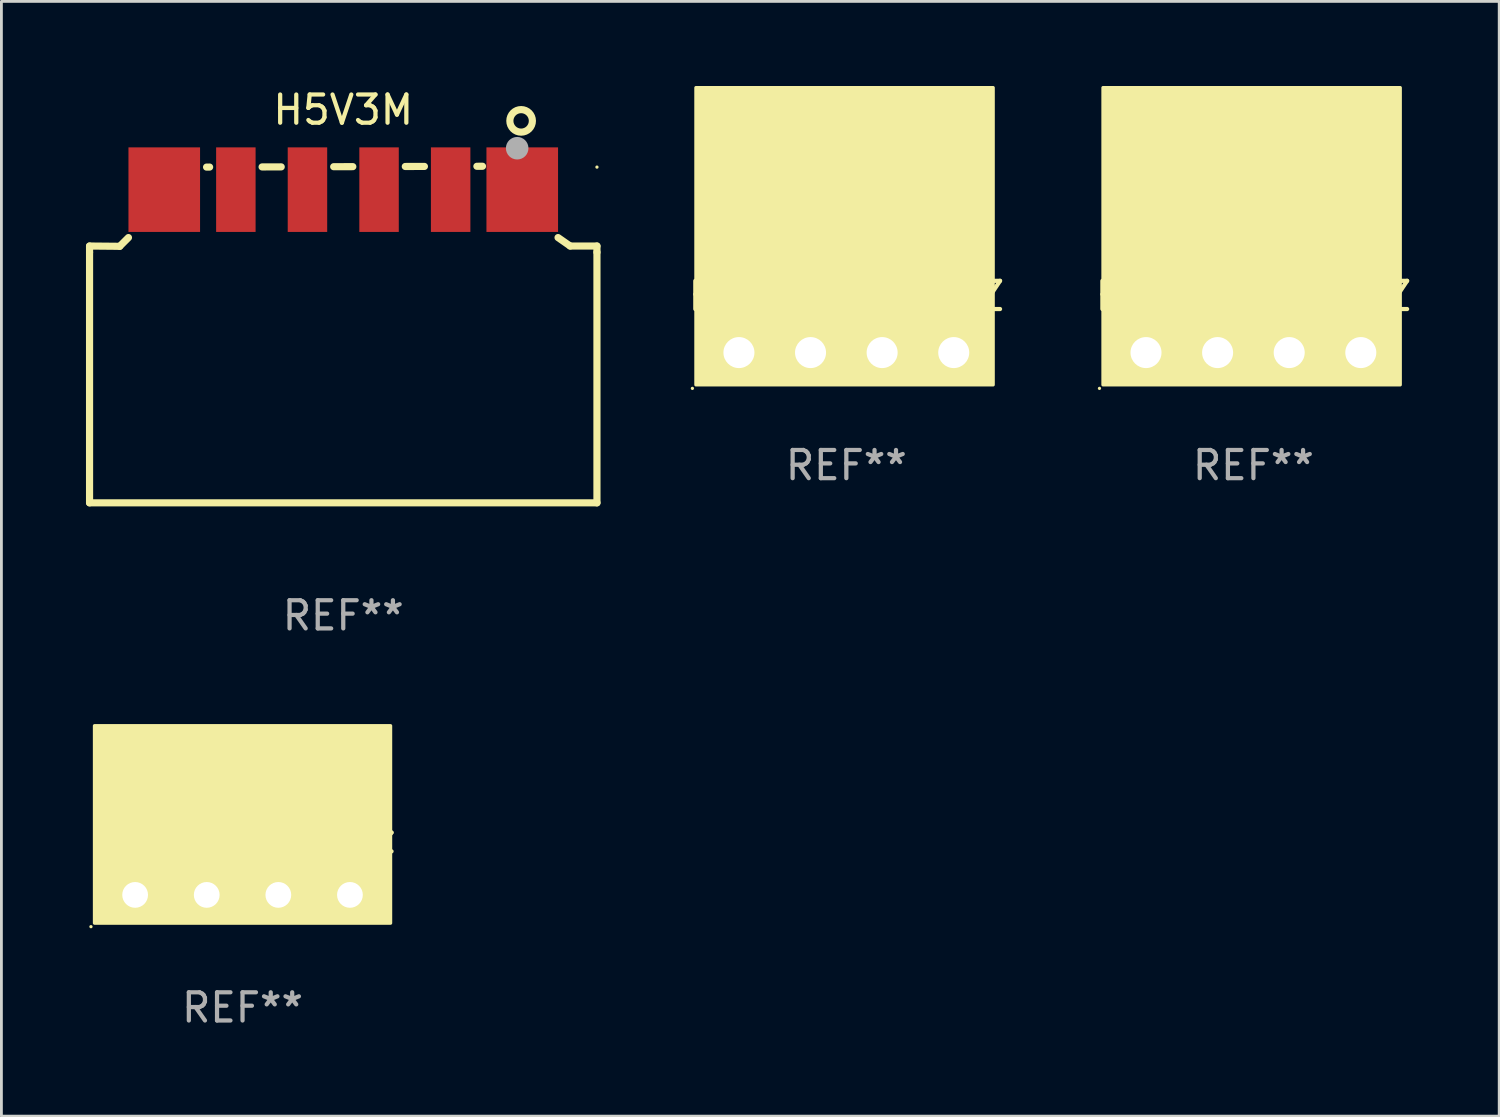
<source format=kicad_pcb>
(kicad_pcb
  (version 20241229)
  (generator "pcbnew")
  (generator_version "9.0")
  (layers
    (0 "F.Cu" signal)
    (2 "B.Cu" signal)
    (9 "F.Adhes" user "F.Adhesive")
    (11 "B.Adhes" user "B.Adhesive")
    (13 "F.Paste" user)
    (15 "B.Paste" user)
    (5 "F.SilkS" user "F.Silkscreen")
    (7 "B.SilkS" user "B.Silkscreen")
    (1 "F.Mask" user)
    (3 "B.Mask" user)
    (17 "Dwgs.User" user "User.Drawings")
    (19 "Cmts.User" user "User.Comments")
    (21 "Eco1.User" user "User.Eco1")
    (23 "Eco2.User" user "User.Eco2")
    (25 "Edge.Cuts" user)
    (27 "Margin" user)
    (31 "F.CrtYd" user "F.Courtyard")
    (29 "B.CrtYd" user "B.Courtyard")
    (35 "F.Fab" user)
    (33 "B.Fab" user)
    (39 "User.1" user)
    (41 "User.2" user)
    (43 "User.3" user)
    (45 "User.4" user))
  (footprint "H34S-315Mhz"
    (layer "F.Cu")
    (at 5.554 28.697)
    (property "Reference" "H34S-315Mhz" (at 0 -2 0) (layer "F.SilkS") (effects (font (size 1 1) (thickness 0.15))))
    (attr through_hole)
    (fp_circle (center -5.377 1.127) (end -5.347 1.127) (stroke (width 0.06) (type solid)) (fill no) (layer "F.SilkS"))
    (fp_poly (pts (xy -5.25 -6) (xy 5.25 -6) (xy 5.25 1) (xy -5.25 1)) (stroke (width 0.12) (type solid)) (fill yes) (layer "F.SilkS"))
    (fp_text user "REF**" (at 0 4 0) (layer "F.Fab") (effects (font (size 1 1) (thickness 0.15))))
    (pad "1" thru_hole circle (at -3.81 0) (size 1.524 1.524) (drill 0.914) (layers "*.Cu" "*.Mask"))
    (pad "2" thru_hole circle (at -1.27 0) (size 1.524 1.524) (drill 0.914) (layers "*.Cu" "*.Mask"))
    (pad "3" thru_hole circle (at 1.27 0) (size 1.524 1.524) (drill 0.914) (layers "*.Cu" "*.Mask"))
    (pad "4" thru_hole circle (at 3.81 0) (size 1.524 1.524) (drill 0.914) (layers "*.Cu" "*.Mask")))
  (footprint "H34C-315MHZ"
    (layer "F.Cu")
    (at 26.974 9.458)
    (property "Reference" "H34C-315MHZ" (at 0 -2 0) (layer "F.SilkS") (effects (font (size 1 1) (thickness 0.15))))
    (attr through_hole)
    (fp_circle (center -5.461 1.27) (end -5.431 1.27) (stroke (width 0.06) (type solid)) (fill no) (layer "F.SilkS"))
    (fp_poly (pts (xy -5.334 -9.398) (xy 5.207 -9.398) (xy 5.207 1.143) (xy -5.334 1.143)) (stroke (width 0.12) (type solid)) (fill yes) (layer "F.SilkS"))
    (fp_text user "REF**" (at 0 4 0) (layer "F.Fab") (effects (font (size 1 1) (thickness 0.15))))
    (pad "1" thru_hole rect (at -3.81 0) (size 2 2) (drill 1.1) (layers "*.Cu" "*.Mask"))
    (pad "2" thru_hole circle (at -1.27 0) (size 2 2) (drill 1.1) (layers "*.Cu" "*.Mask"))
    (pad "3" thru_hole circle (at 1.27 0) (size 2 2) (drill 1.1) (layers "*.Cu" "*.Mask"))
    (pad "4" thru_hole circle (at 3.81 0) (size 2 2) (drill 1.1) (layers "*.Cu" "*.Mask")))
  (footprint "H34C-433MHZ"
    (layer "F.Cu")
    (at 41.415 9.458)
    (property "Reference" "H34C-433MHZ" (at 0 -2 0) (layer "F.SilkS") (effects (font (size 1 1) (thickness 0.15))))
    (attr through_hole)
    (fp_circle (center -5.461 1.27) (end -5.431 1.27) (stroke (width 0.06) (type solid)) (fill no) (layer "F.SilkS"))
    (fp_poly (pts (xy -5.334 -9.398) (xy 5.207 -9.398) (xy 5.207 1.143) (xy -5.334 1.143)) (stroke (width 0.12) (type solid)) (fill yes) (layer "F.SilkS"))
    (fp_text user "REF**" (at 0 4 0) (layer "F.Fab") (effects (font (size 1 1) (thickness 0.15))))
    (pad "1" thru_hole rect (at -3.81 0) (size 2 2) (drill 1.1) (layers "*.Cu" "*.Mask"))
    (pad "2" thru_hole circle (at -1.27 0) (size 2 2) (drill 1.1) (layers "*.Cu" "*.Mask"))
    (pad "3" thru_hole circle (at 1.27 0) (size 2 2) (drill 1.1) (layers "*.Cu" "*.Mask"))
    (pad "4" thru_hole circle (at 3.81 0) (size 2 2) (drill 1.1) (layers "*.Cu" "*.Mask")))
  (footprint "H5V3M"
    (layer "F.Cu")
    (at 9.127 8.818)
    (property "Reference" "H5V3M" (at 0 -7.97 0) (layer "F.SilkS") (effects (font (size 1 1) (thickness 0.15))))
    (attr through_hole)
    (fp_line (start -9 -2.92) (end -9 -3.14) (stroke (width 0.254) (type solid)) (layer "F.SilkS"))
    (fp_line (start -9 5.97) (end -9 -2.92) (stroke (width 0.254) (type solid)) (layer "F.SilkS"))
    (fp_line (start -9 -3.14) (end -7.93 -3.13) (stroke (width 0.254) (type solid)) (layer "F.SilkS"))
    (fp_line (start -7.93 -3.13) (end -7.62 -3.44) (stroke (width 0.254) (type solid)) (layer "F.SilkS"))
    (fp_line (start -4.849 -5.94) (end -4.741 -5.941) (stroke (width 0.254) (type solid)) (layer "F.SilkS"))
    (fp_line (start -2.879 -5.946) (end -2.201 -5.948) (stroke (width 0.254) (type solid)) (layer "F.SilkS"))
    (fp_line (start -0.339 -5.954) (end 0.339 -5.956) (stroke (width 0.254) (type solid)) (layer "F.SilkS"))
    (fp_line (start 2.201 -5.962) (end 2.879 -5.964) (stroke (width 0.254) (type solid)) (layer "F.SilkS"))
    (fp_line (start 4.741 -5.969) (end 4.94 -5.97) (stroke (width 0.254) (type solid)) (layer "F.SilkS"))
    (fp_line (start 8.05 -3.14) (end 7.62 -3.44) (stroke (width 0.254) (type solid)) (layer "F.SilkS"))
    (fp_line (start 9 -3.14) (end 8.05 -3.14) (stroke (width 0.254) (type solid)) (layer "F.SilkS"))
    (fp_line (start 9 -2.92) (end 9 -3.14) (stroke (width 0.254) (type solid)) (layer "F.SilkS"))
    (fp_line (start 9 -2.92) (end 9 5.97) (stroke (width 0.254) (type solid)) (layer "F.SilkS"))
    (fp_line (start 9 5.97) (end -9 5.97) (stroke (width 0.254) (type solid)) (layer "F.SilkS"))
    (fp_circle (center 6.31 -7.58) (end 6.71 -7.58) (stroke (width 0.254) (type solid)) (fill no) (layer "F.SilkS"))
    (fp_circle (center 9 -5.94) (end 9.03 -5.94) (stroke (width 0.06) (type solid)) (fill no) (layer "F.SilkS"))
    (fp_circle (center 6.17 -6.61) (end 6.37 -6.61) (stroke (width 0.4) (type solid)) (fill no) (layer "F.Fab"))
    (fp_text user "H5V3M" (at 5.08 0.89 0) (layer "B.Mask") (effects (font (size 1 1) (thickness 0.15))))
    (fp_text user "REF**" (at 0 9.97 0) (layer "F.Fab") (effects (font (size 1 1) (thickness 0.15))))
    (pad "1" smd rect (at 6.35 -5.14) (size 2.54 3) (layers "F.Cu" "F.Mask" "F.Paste"))
    (pad "2" smd rect (at 3.81 -5.14) (size 1.4 3) (layers "F.Cu" "F.Mask" "F.Paste"))
    (pad "3" smd rect (at 1.27 -5.14) (size 1.4 3) (layers "F.Cu" "F.Mask" "F.Paste"))
    (pad "4" smd rect (at -1.27 -5.14) (size 1.4 3) (layers "F.Cu" "F.Mask" "F.Paste"))
    (pad "5" smd rect (at -3.81 -5.14) (size 1.4 3) (layers "F.Cu" "F.Mask" "F.Paste"))
    (pad "6" smd rect (at -6.35 -5.14) (size 2.54 3) (layers "F.Cu" "F.Mask" "F.Paste")))
  (gr_rect
    (start -3 -3)
    (end 50.135 36.545)
    (stroke (width 0.1) (type default))
    (fill no)
    (layer "Edge.Cuts")))
</source>
